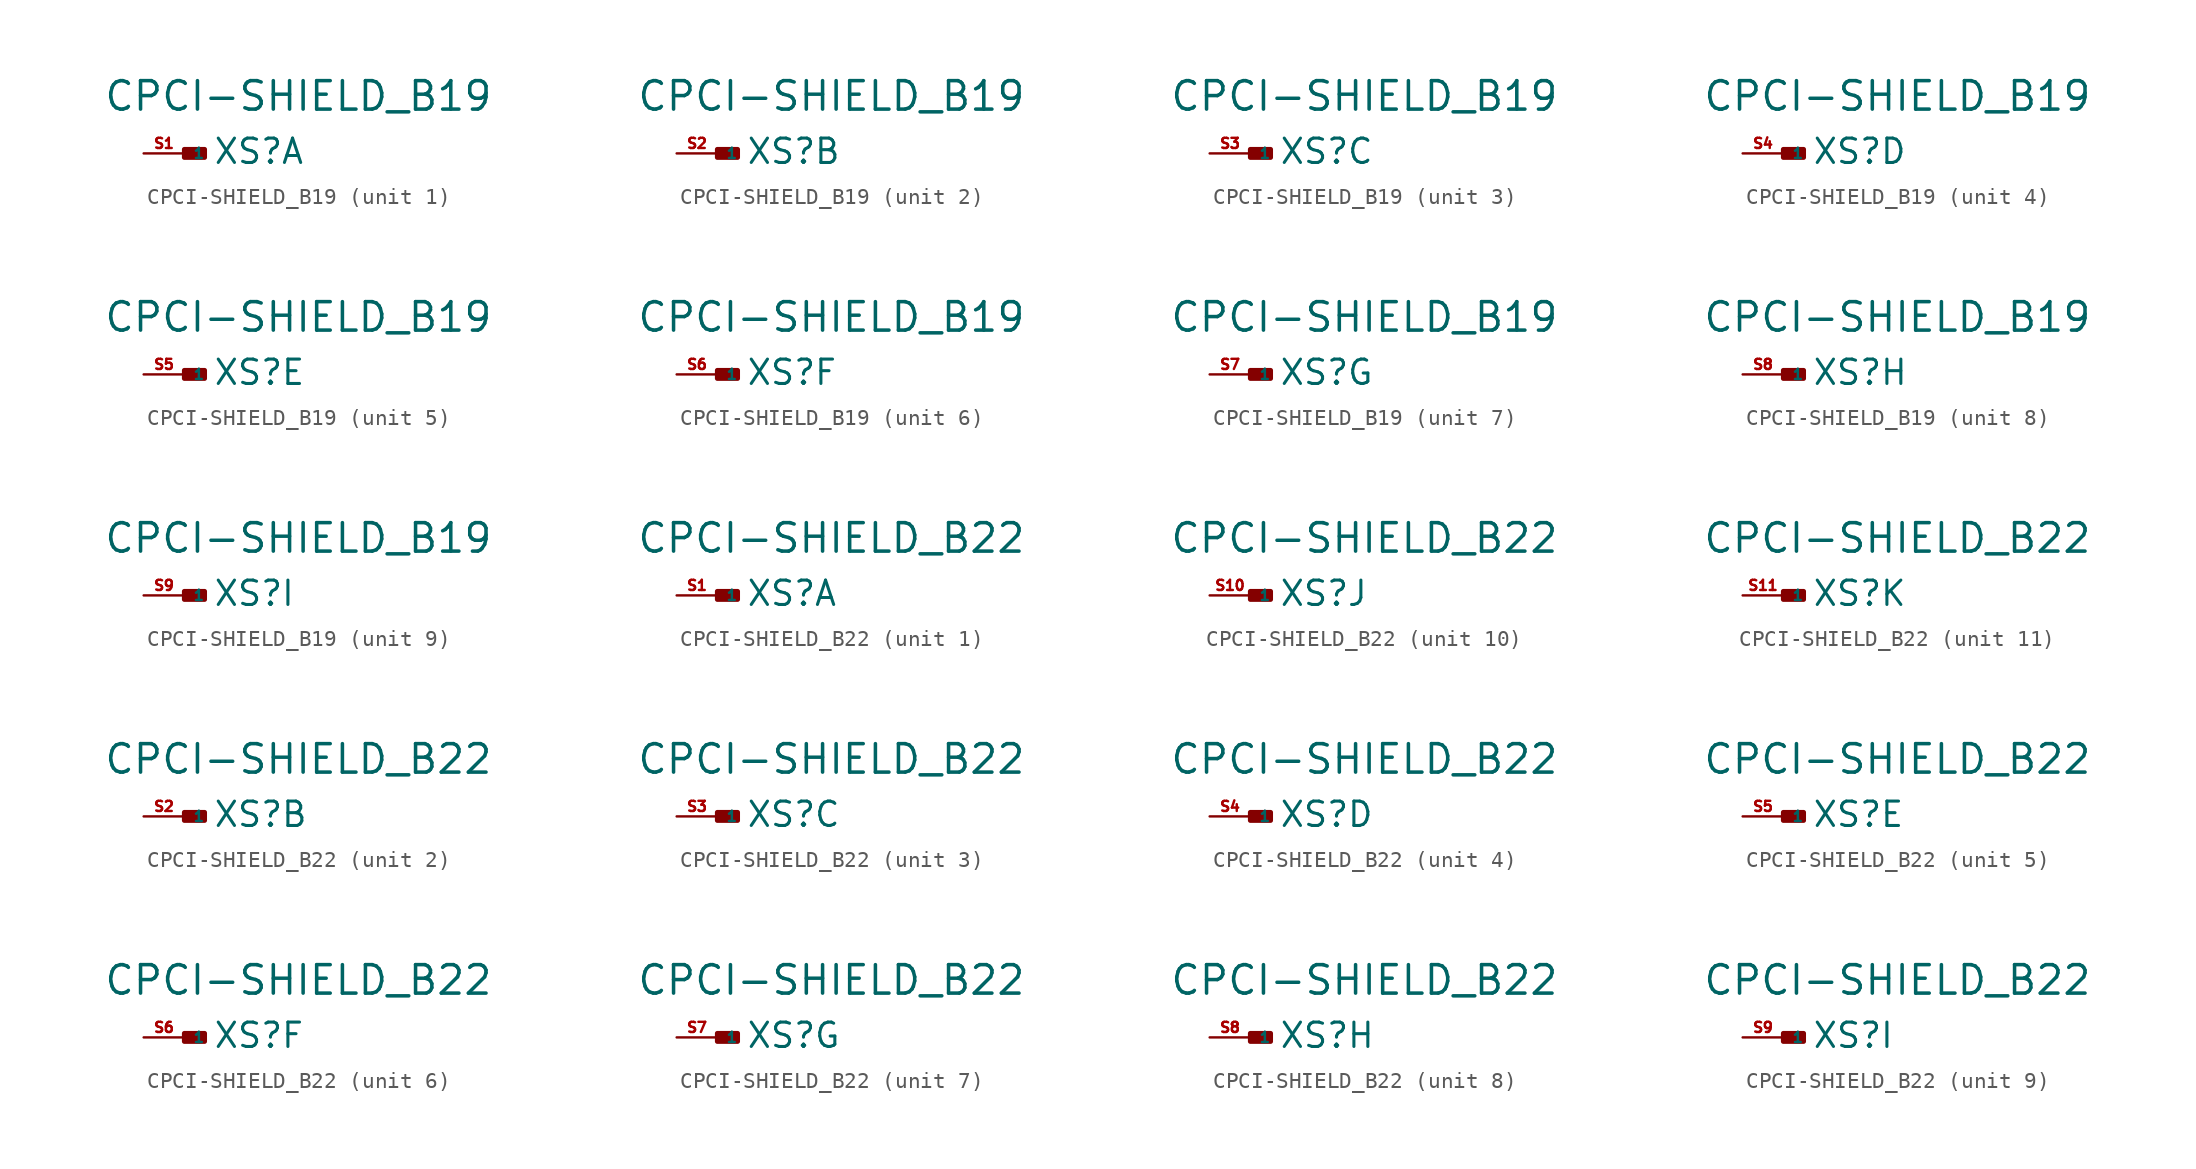
<source format=kicad_sym>
(kicad_symbol_lib
  (version 20220914)
  (generator Eagle2Kicad)
  (symbol "CPCI-SHIELD_B19"
    (property "Reference" "XS"
      (at 1.778 -0.762 0)
      (effects (font (size 1.524 1.524) (thickness 0.19)) (justify left bottom)))
    (property "Value" "CPCI-SHIELD_B19"
      (at -5.08 2.54 0)
      (effects (font (size 1.778 1.778) (thickness 0.22)) (justify left bottom)))
    (symbol "CPCI-SHIELD_B19_1_0"
      (rectangle (start 0 -0.254) (end 1.27 0.254) (stroke (width 0.3) (type default)) (fill (type outline)))
      (pin input line (at -2.54 0 0) (length 2.54) (name "1" (effects (font (size 0.635 0.635) (thickness 0.08)) (justify left bottom))) (number "S1" (effects (font (size 0.635 0.635) (thickness 0.08)) (justify left bottom)))))
    (symbol "CPCI-SHIELD_B19_2_0"
      (rectangle (start 0 -0.254) (end 1.27 0.254) (stroke (width 0.3) (type default)) (fill (type outline)))
      (pin input line (at -2.54 0 0) (length 2.54) (name "1" (effects (font (size 0.635 0.635) (thickness 0.08)) (justify left bottom))) (number "S2" (effects (font (size 0.635 0.635) (thickness 0.08)) (justify left bottom)))))
    (symbol "CPCI-SHIELD_B19_3_0"
      (rectangle (start 0 -0.254) (end 1.27 0.254) (stroke (width 0.3) (type default)) (fill (type outline)))
      (pin input line (at -2.54 0 0) (length 2.54) (name "1" (effects (font (size 0.635 0.635) (thickness 0.08)) (justify left bottom))) (number "S3" (effects (font (size 0.635 0.635) (thickness 0.08)) (justify left bottom)))))
    (symbol "CPCI-SHIELD_B19_4_0"
      (rectangle (start 0 -0.254) (end 1.27 0.254) (stroke (width 0.3) (type default)) (fill (type outline)))
      (pin input line (at -2.54 0 0) (length 2.54) (name "1" (effects (font (size 0.635 0.635) (thickness 0.08)) (justify left bottom))) (number "S4" (effects (font (size 0.635 0.635) (thickness 0.08)) (justify left bottom)))))
    (symbol "CPCI-SHIELD_B19_5_0"
      (rectangle (start 0 -0.254) (end 1.27 0.254) (stroke (width 0.3) (type default)) (fill (type outline)))
      (pin input line (at -2.54 0 0) (length 2.54) (name "1" (effects (font (size 0.635 0.635) (thickness 0.08)) (justify left bottom))) (number "S5" (effects (font (size 0.635 0.635) (thickness 0.08)) (justify left bottom)))))
    (symbol "CPCI-SHIELD_B19_6_0"
      (rectangle (start 0 -0.254) (end 1.27 0.254) (stroke (width 0.3) (type default)) (fill (type outline)))
      (pin input line (at -2.54 0 0) (length 2.54) (name "1" (effects (font (size 0.635 0.635) (thickness 0.08)) (justify left bottom))) (number "S6" (effects (font (size 0.635 0.635) (thickness 0.08)) (justify left bottom)))))
    (symbol "CPCI-SHIELD_B19_7_0"
      (rectangle (start 0 -0.254) (end 1.27 0.254) (stroke (width 0.3) (type default)) (fill (type outline)))
      (pin input line (at -2.54 0 0) (length 2.54) (name "1" (effects (font (size 0.635 0.635) (thickness 0.08)) (justify left bottom))) (number "S7" (effects (font (size 0.635 0.635) (thickness 0.08)) (justify left bottom)))))
    (symbol "CPCI-SHIELD_B19_8_0"
      (rectangle (start 0 -0.254) (end 1.27 0.254) (stroke (width 0.3) (type default)) (fill (type outline)))
      (pin input line (at -2.54 0 0) (length 2.54) (name "1" (effects (font (size 0.635 0.635) (thickness 0.08)) (justify left bottom))) (number "S8" (effects (font (size 0.635 0.635) (thickness 0.08)) (justify left bottom)))))
    (symbol "CPCI-SHIELD_B19_9_0"
      (rectangle (start 0 -0.254) (end 1.27 0.254) (stroke (width 0.3) (type default)) (fill (type outline)))
      (pin input line (at -2.54 0 0) (length 2.54) (name "1" (effects (font (size 0.635 0.635) (thickness 0.08)) (justify left bottom))) (number "S9" (effects (font (size 0.635 0.635) (thickness 0.08)) (justify left bottom))))))
  (symbol "CPCI-SHIELD_B22"
    (property "Reference" "XS"
      (at 1.778 -0.762 0)
      (effects (font (size 1.524 1.524) (thickness 0.19)) (justify left bottom)))
    (property "Value" "CPCI-SHIELD_B22"
      (at -5.08 2.54 0)
      (effects (font (size 1.778 1.778) (thickness 0.22)) (justify left bottom)))
    (symbol "CPCI-SHIELD_B22_1_0"
      (rectangle (start 0 -0.254) (end 1.27 0.254) (stroke (width 0.3) (type default)) (fill (type outline)))
      (pin input line (at -2.54 0 0) (length 2.54) (name "1" (effects (font (size 0.635 0.635) (thickness 0.08)) (justify left bottom))) (number "S1" (effects (font (size 0.635 0.635) (thickness 0.08)) (justify left bottom)))))
    (symbol "CPCI-SHIELD_B22_2_0"
      (rectangle (start 0 -0.254) (end 1.27 0.254) (stroke (width 0.3) (type default)) (fill (type outline)))
      (pin input line (at -2.54 0 0) (length 2.54) (name "1" (effects (font (size 0.635 0.635) (thickness 0.08)) (justify left bottom))) (number "S2" (effects (font (size 0.635 0.635) (thickness 0.08)) (justify left bottom)))))
    (symbol "CPCI-SHIELD_B22_3_0"
      (rectangle (start 0 -0.254) (end 1.27 0.254) (stroke (width 0.3) (type default)) (fill (type outline)))
      (pin input line (at -2.54 0 0) (length 2.54) (name "1" (effects (font (size 0.635 0.635) (thickness 0.08)) (justify left bottom))) (number "S3" (effects (font (size 0.635 0.635) (thickness 0.08)) (justify left bottom)))))
    (symbol "CPCI-SHIELD_B22_4_0"
      (rectangle (start 0 -0.254) (end 1.27 0.254) (stroke (width 0.3) (type default)) (fill (type outline)))
      (pin input line (at -2.54 0 0) (length 2.54) (name "1" (effects (font (size 0.635 0.635) (thickness 0.08)) (justify left bottom))) (number "S4" (effects (font (size 0.635 0.635) (thickness 0.08)) (justify left bottom)))))
    (symbol "CPCI-SHIELD_B22_5_0"
      (rectangle (start 0 -0.254) (end 1.27 0.254) (stroke (width 0.3) (type default)) (fill (type outline)))
      (pin input line (at -2.54 0 0) (length 2.54) (name "1" (effects (font (size 0.635 0.635) (thickness 0.08)) (justify left bottom))) (number "S5" (effects (font (size 0.635 0.635) (thickness 0.08)) (justify left bottom)))))
    (symbol "CPCI-SHIELD_B22_6_0"
      (rectangle (start 0 -0.254) (end 1.27 0.254) (stroke (width 0.3) (type default)) (fill (type outline)))
      (pin input line (at -2.54 0 0) (length 2.54) (name "1" (effects (font (size 0.635 0.635) (thickness 0.08)) (justify left bottom))) (number "S6" (effects (font (size 0.635 0.635) (thickness 0.08)) (justify left bottom)))))
    (symbol "CPCI-SHIELD_B22_7_0"
      (rectangle (start 0 -0.254) (end 1.27 0.254) (stroke (width 0.3) (type default)) (fill (type outline)))
      (pin input line (at -2.54 0 0) (length 2.54) (name "1" (effects (font (size 0.635 0.635) (thickness 0.08)) (justify left bottom))) (number "S7" (effects (font (size 0.635 0.635) (thickness 0.08)) (justify left bottom)))))
    (symbol "CPCI-SHIELD_B22_8_0"
      (rectangle (start 0 -0.254) (end 1.27 0.254) (stroke (width 0.3) (type default)) (fill (type outline)))
      (pin input line (at -2.54 0 0) (length 2.54) (name "1" (effects (font (size 0.635 0.635) (thickness 0.08)) (justify left bottom))) (number "S8" (effects (font (size 0.635 0.635) (thickness 0.08)) (justify left bottom)))))
    (symbol "CPCI-SHIELD_B22_9_0"
      (rectangle (start 0 -0.254) (end 1.27 0.254) (stroke (width 0.3) (type default)) (fill (type outline)))
      (pin input line (at -2.54 0 0) (length 2.54) (name "1" (effects (font (size 0.635 0.635) (thickness 0.08)) (justify left bottom))) (number "S9" (effects (font (size 0.635 0.635) (thickness 0.08)) (justify left bottom)))))
    (symbol "CPCI-SHIELD_B22_10_0"
      (rectangle (start 0 -0.254) (end 1.27 0.254) (stroke (width 0.3) (type default)) (fill (type outline)))
      (pin input line (at -2.54 0 0) (length 2.54) (name "1" (effects (font (size 0.635 0.635) (thickness 0.08)) (justify left bottom))) (number "S10" (effects (font (size 0.635 0.635) (thickness 0.08)) (justify left bottom)))))
    (symbol "CPCI-SHIELD_B22_11_0"
      (rectangle (start 0 -0.254) (end 1.27 0.254) (stroke (width 0.3) (type default)) (fill (type outline)))
      (pin input line (at -2.54 0 0) (length 2.54) (name "1" (effects (font (size 0.635 0.635) (thickness 0.08)) (justify left bottom))) (number "S11" (effects (font (size 0.635 0.635) (thickness 0.08)) (justify left bottom)))))))
</source>
